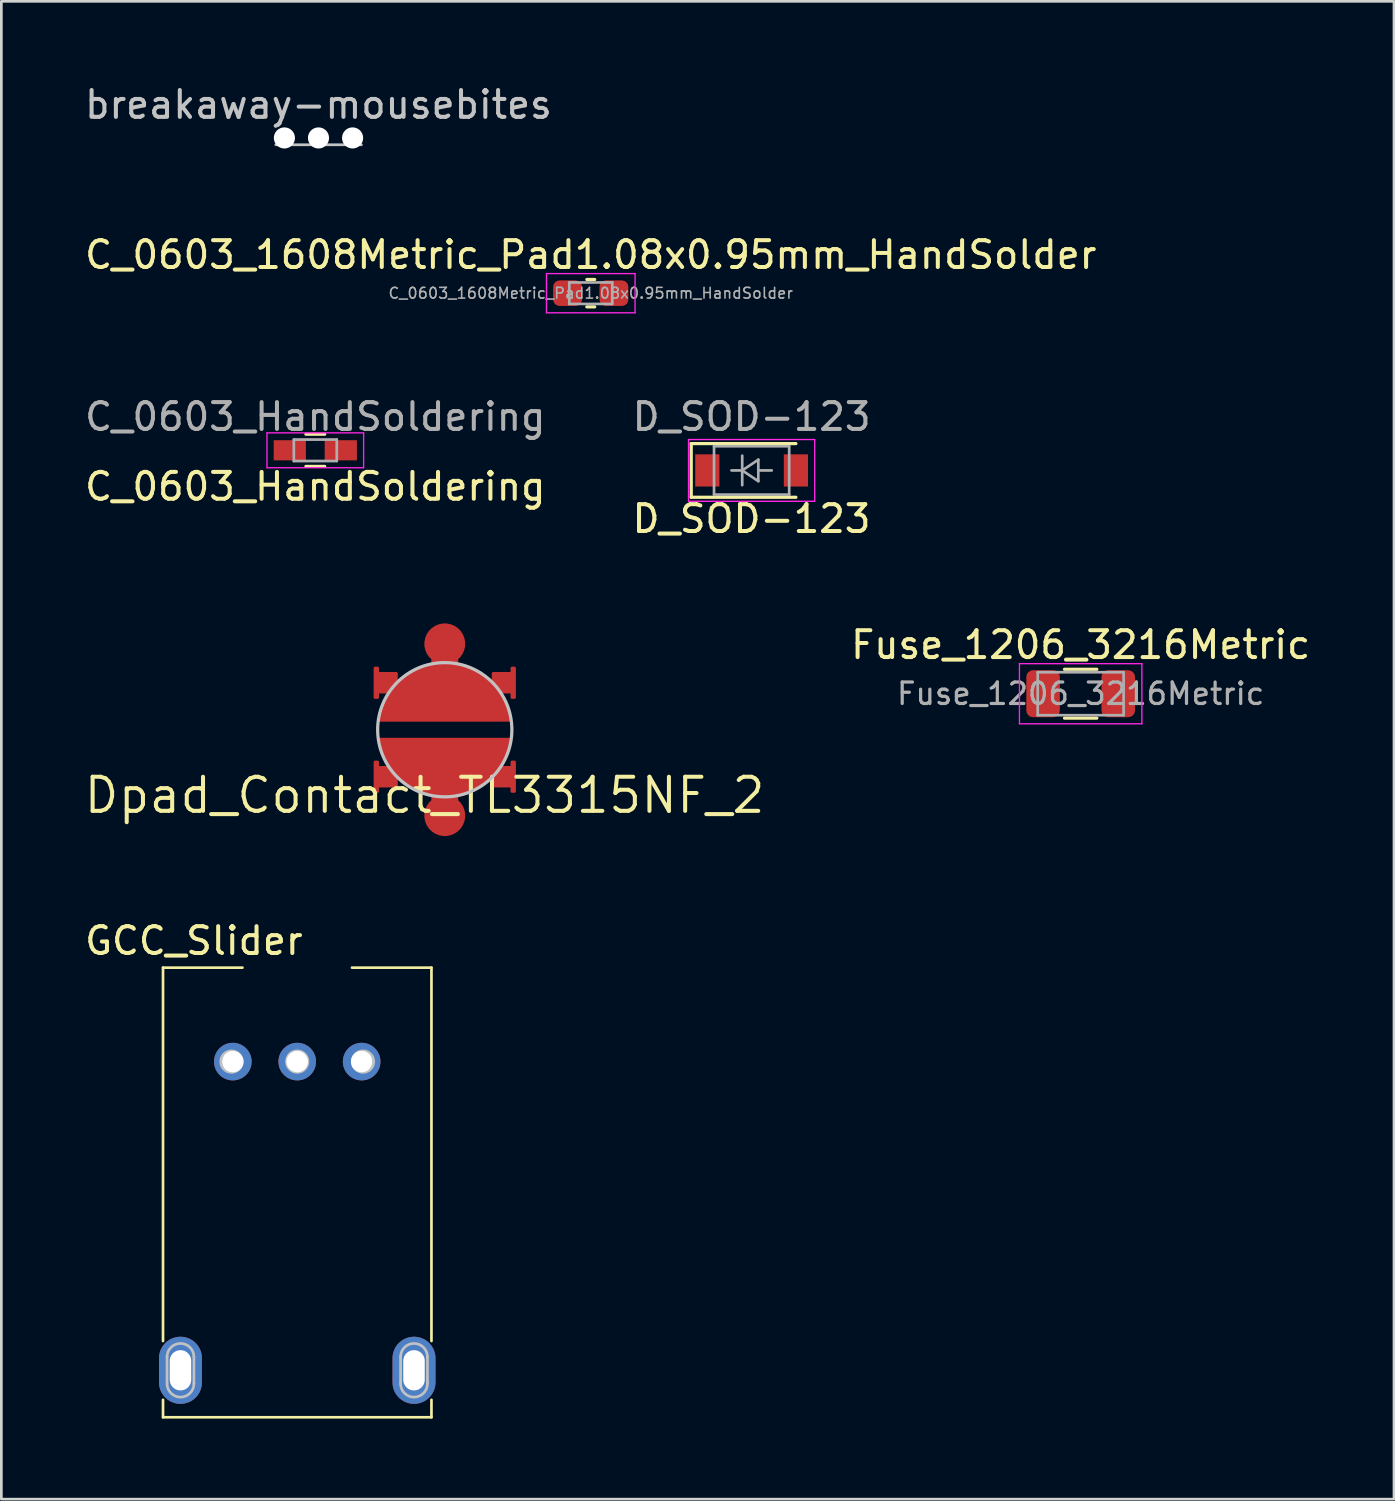
<source format=kicad_pcb>
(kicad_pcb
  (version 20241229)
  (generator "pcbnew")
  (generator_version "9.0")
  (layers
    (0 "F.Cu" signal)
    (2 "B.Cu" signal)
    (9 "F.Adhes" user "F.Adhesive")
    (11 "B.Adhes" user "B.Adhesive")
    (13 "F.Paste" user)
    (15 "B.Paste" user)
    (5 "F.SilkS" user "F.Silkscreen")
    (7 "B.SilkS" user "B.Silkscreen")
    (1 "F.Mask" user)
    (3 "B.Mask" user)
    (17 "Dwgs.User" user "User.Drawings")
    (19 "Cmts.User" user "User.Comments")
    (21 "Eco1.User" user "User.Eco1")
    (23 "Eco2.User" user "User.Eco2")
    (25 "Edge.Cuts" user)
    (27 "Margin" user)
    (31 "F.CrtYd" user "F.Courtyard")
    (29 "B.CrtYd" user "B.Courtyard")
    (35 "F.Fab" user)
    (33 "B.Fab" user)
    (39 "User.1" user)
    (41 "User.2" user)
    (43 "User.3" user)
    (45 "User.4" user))
  (footprint "Dpad_Contact_TL3315NF_2"
    (layer "F.Cu")
    (at 13.519 24.135)
    (property "Reference" "Dpad_Contact_TL3315NF_2" (at -0.751 2.442 0) (layer "F.SilkS") (effects (font (size 1.27 1.27) (thickness 0.15))))
    (attr through_hole)
    (fp_circle (center 0 -3.2) (end 0.75 -3.18) (stroke (width 0.12) (type solid)) (fill yes) (layer "F.Mask"))
    (fp_circle (center 0 0) (end 2.53 -0.05) (stroke (width 0.12) (type solid)) (fill yes) (layer "F.Mask"))
    (fp_circle (center 0 3.2) (end 0.75 3.12) (stroke (width 0.12) (type solid)) (fill yes) (layer "F.Mask"))
    (fp_circle (center 0 0) (end 0 -2.5) (stroke (width 0.12) (type solid)) (fill no) (layer "Dwgs.User"))
    (pad "1" smd custom (at 0 3.2) (size 1.524 1.524) (layers "F.Cu" "F.Mask" "F.Paste") (options (anchor circle)) (primitives (gr_line (start 0 0) (end 0 -1.5) (width 1)) (gr_poly (pts (arc (start 2.4 -2.8) (mid 0.000001 -0.753827) (end -2.4 -2.8))) (width 0.2) (fill yes)) (gr_poly (pts (xy 2.6 -0.9) (xy 2.5 -0.9) (xy 2.5 -1.1) (xy 1.8 -1.1) (xy 1.8 -1.8) (xy 2.5 -1.8) (xy 2.5 -2) (xy 2.6 -2)) (width 0.1) (fill yes)) (gr_poly (pts (xy -2.6 -2) (xy -2.5 -2) (xy -2.5 -1.8) (xy -1.8 -1.8) (xy -1.8 -1.1) (xy -2.5 -1.1) (xy -2.5 -0.9) (xy -2.6 -0.9)) (width 0.1) (fill yes))))
    (pad "2" smd custom (at 0 -3.2) (size 1.524 1.524) (layers "F.Cu" "F.Mask" "F.Paste") (options (anchor circle)) (primitives (gr_line (start 0 0) (end 0 1.5) (width 1)) (gr_poly (pts (arc (start 2.4 2.8) (mid -0.000001 0.753827) (end -2.4 2.8))) (width 0.2) (fill yes)) (gr_poly (pts (xy -2.6 0.9) (xy -2.5 0.9) (xy -2.5 1.1) (xy -1.8 1.1) (xy -1.8 1.8) (xy -2.5 1.8) (xy -2.5 2) (xy -2.6 2)) (width 0.1) (fill yes)) (gr_poly (pts (xy 2.6 2) (xy 2.5 2) (xy 2.5 1.8) (xy 1.8 1.8) (xy 1.8 1.1) (xy 2.5 1.1) (xy 2.5 0.9) (xy 2.6 0.9)) (width 0.1) (fill yes)))))
  (footprint "C_0603_HandSoldering"
    (layer "F.Cu")
    (at 8.696 13.725)
    (property "Reference" "C_0603_HandSoldering" (at 0 1.35 180) (layer "F.SilkS") (effects (font (size 1 1) (thickness 0.15))))
    (attr smd)
    (fp_line (start -0.35 -0.6) (end 0.35 -0.6) (stroke (width 0.12) (type solid)) (layer "F.SilkS"))
    (fp_line (start 0.35 0.6) (end -0.35 0.6) (stroke (width 0.12) (type solid)) (layer "F.SilkS"))
    (fp_line (start -1.8 -0.65) (end -1.8 0.65) (stroke (width 0.05) (type solid)) (layer "F.CrtYd"))
    (fp_line (start -1.8 -0.65) (end 1.8 -0.65) (stroke (width 0.05) (type solid)) (layer "F.CrtYd"))
    (fp_line (start 1.8 0.65) (end -1.8 0.65) (stroke (width 0.05) (type solid)) (layer "F.CrtYd"))
    (fp_line (start 1.8 0.65) (end 1.8 -0.65) (stroke (width 0.05) (type solid)) (layer "F.CrtYd"))
    (fp_line (start -0.8 -0.4) (end 0.8 -0.4) (stroke (width 0.1) (type solid)) (layer "F.Fab"))
    (fp_line (start -0.8 0.4) (end -0.8 -0.4) (stroke (width 0.1) (type solid)) (layer "F.Fab"))
    (fp_line (start 0.8 -0.4) (end 0.8 0.4) (stroke (width 0.1) (type solid)) (layer "F.Fab"))
    (fp_line (start 0.8 0.4) (end -0.8 0.4) (stroke (width 0.1) (type solid)) (layer "F.Fab"))
    (fp_text user "${REFERENCE}" (at 0 -1.25 180) (layer "F.Fab") (effects (font (size 1 1) (thickness 0.15))))
    (pad "1" smd rect (at -0.95 0) (size 1.2 0.75) (layers "F.Cu" "F.Mask" "F.Paste"))
    (pad "2" smd rect (at 0.95 0) (size 1.2 0.75) (layers "F.Cu" "F.Mask" "F.Paste")))
  (footprint "Fuse_1206_3216Metric"
    (layer "F.Cu")
    (at 37.208 22.793)
    (property "Reference" "Fuse_1206_3216Metric" (at 0 -1.82 0) (layer "F.SilkS") (effects (font (size 1 1) (thickness 0.15))))
    (attr smd)
    (fp_line (start -0.602 -0.91) (end 0.602 -0.91) (stroke (width 0.12) (type solid)) (layer "F.SilkS"))
    (fp_line (start -0.602 0.91) (end 0.602 0.91) (stroke (width 0.12) (type solid)) (layer "F.SilkS"))
    (fp_line (start -2.28 -1.12) (end 2.28 -1.12) (stroke (width 0.05) (type solid)) (layer "F.CrtYd"))
    (fp_line (start -2.28 1.12) (end -2.28 -1.12) (stroke (width 0.05) (type solid)) (layer "F.CrtYd"))
    (fp_line (start 2.28 -1.12) (end 2.28 1.12) (stroke (width 0.05) (type solid)) (layer "F.CrtYd"))
    (fp_line (start 2.28 1.12) (end -2.28 1.12) (stroke (width 0.05) (type solid)) (layer "F.CrtYd"))
    (fp_line (start -1.6 -0.8) (end 1.6 -0.8) (stroke (width 0.1) (type solid)) (layer "F.Fab"))
    (fp_line (start -1.6 0.8) (end -1.6 -0.8) (stroke (width 0.1) (type solid)) (layer "F.Fab"))
    (fp_line (start 1.6 -0.8) (end 1.6 0.8) (stroke (width 0.1) (type solid)) (layer "F.Fab"))
    (fp_line (start 1.6 0.8) (end -1.6 0.8) (stroke (width 0.1) (type solid)) (layer "F.Fab"))
    (fp_text user "${REFERENCE}" (at 0 0 0) (layer "F.Fab") (effects (font (size 0.8 0.8) (thickness 0.12))))
    (pad "1" smd roundrect (at -1.4 0) (size 1.25 1.75) (layers "F.Cu" "F.Mask" "F.Paste") (roundrect_rratio 0.2))
    (pad "2" smd roundrect (at 1.4 0) (size 1.25 1.75) (layers "F.Cu" "F.Mask" "F.Paste") (roundrect_rratio 0.2)))
  (footprint "GCC_Slider"
    (layer "F.Cu")
    (at 8.023 36.498)
    (property "Reference" "GCC_Slider" (at -3.85 -4.5 180) (layer "F.SilkS") (effects (font (size 1 1) (thickness 0.15))))
    (attr through_hole)
    (fp_line (start -5 -3.5) (end -5 10.41) (stroke (width 0.1) (type solid)) (layer "F.SilkS"))
    (fp_line (start -5 -3.5) (end -2.04 -3.5) (stroke (width 0.1) (type solid)) (layer "F.SilkS"))
    (fp_line (start -5 13.25) (end -5 12.6) (stroke (width 0.1) (type solid)) (layer "F.SilkS"))
    (fp_line (start -5 13.25) (end 5 13.25) (stroke (width 0.1) (type solid)) (layer "F.SilkS"))
    (fp_line (start 2.04 -3.5) (end 5 -3.5) (stroke (width 0.1) (type solid)) (layer "F.SilkS"))
    (fp_line (start 5 -3.5) (end 5 10.41) (stroke (width 0.1) (type solid)) (layer "F.SilkS"))
    (fp_line (start 5 13.25) (end 5 12.6) (stroke (width 0.1) (type solid)) (layer "F.SilkS"))
    (fp_line (start -4.85 12) (end -4.85 11) (stroke (width 0.1) (type solid)) (layer "Dwgs.User"))
    (fp_line (start -4.35 12) (end -4.35 11) (stroke (width 0.1) (type solid)) (layer "Dwgs.User"))
    (fp_line (start -3.85 12) (end -3.85 11) (stroke (width 0.1) (type solid)) (layer "Dwgs.User"))
    (fp_line (start 3.85 12) (end 3.85 11) (stroke (width 0.1) (type solid)) (layer "Dwgs.User"))
    (fp_line (start 4.35 12) (end 4.35 11) (stroke (width 0.1) (type solid)) (layer "Dwgs.User"))
    (fp_line (start 4.85 12) (end 4.85 11) (stroke (width 0.1) (type solid)) (layer "Dwgs.User"))
    (fp_arc (start -4.85 11) (mid -4.35 10.5) (end -3.85 11) (stroke (width 0.1) (type solid)) (layer "Dwgs.User"))
    (fp_arc (start -3.85 12) (mid -4.35 12.5) (end -4.85 12) (stroke (width 0.1) (type solid)) (layer "Dwgs.User"))
    (fp_arc (start 3.85 11) (mid 4.35 10.5) (end 4.85 11) (stroke (width 0.1) (type solid)) (layer "Dwgs.User"))
    (fp_arc (start 4.85 12) (mid 4.35 12.5) (end 3.85 12) (stroke (width 0.1) (type solid)) (layer "Dwgs.User"))
    (fp_circle (center -2.45 0) (end -2.05 0) (stroke (width 0.1) (type solid)) (fill no) (layer "Dwgs.User"))
    (fp_circle (center 0 0) (end 0.4 0) (stroke (width 0.1) (type solid)) (fill no) (layer "Dwgs.User"))
    (fp_circle (center 2.45 0) (end 2.85 0) (stroke (width 0.1) (type solid)) (fill no) (layer "Dwgs.User"))
    (pad "" thru_hole oval (at -4.35 11.5) (size 1.6 2.5) (drill oval 0.8 1.5) (layers "*.Cu" "*.Mask"))
    (pad "" thru_hole oval (at 4.35 11.5) (size 1.6 2.5) (drill oval 0.8 1.5) (layers "*.Cu" "*.Mask"))
    (pad "1" thru_hole circle (at -2.4 0) (size 1.4 1.4) (drill 0.8) (layers "*.Cu" "*.Mask"))
    (pad "2" thru_hole circle (at 0 0) (size 1.4 1.4) (drill 0.8) (layers "*.Cu" "*.Mask"))
    (pad "3" thru_hole circle (at 2.4 0) (size 1.4 1.4) (drill 0.8) (layers "*.Cu" "*.Mask")))
  (footprint "D_SOD-123"
    (layer "F.Cu")
    (at 24.95 14.475)
    (property "Reference" "D_SOD-123" (at -0.004 1.802 180) (layer "F.SilkS") (effects (font (size 1 1) (thickness 0.15))))
    (attr smd)
    (fp_line (start -2.25 -1) (end -2.25 1) (stroke (width 0.12) (type solid)) (layer "F.SilkS"))
    (fp_line (start -2.25 -1) (end 1.65 -1) (stroke (width 0.12) (type solid)) (layer "F.SilkS"))
    (fp_line (start -2.25 1) (end 1.65 1) (stroke (width 0.12) (type solid)) (layer "F.SilkS"))
    (fp_line (start -2.35 -1.15) (end -2.35 1.15) (stroke (width 0.05) (type solid)) (layer "F.CrtYd"))
    (fp_line (start -2.35 -1.15) (end 2.35 -1.15) (stroke (width 0.05) (type solid)) (layer "F.CrtYd"))
    (fp_line (start 2.35 -1.15) (end 2.35 1.15) (stroke (width 0.05) (type solid)) (layer "F.CrtYd"))
    (fp_line (start 2.35 1.15) (end -2.35 1.15) (stroke (width 0.05) (type solid)) (layer "F.CrtYd"))
    (fp_line (start -1.4 -0.9) (end 1.4 -0.9) (stroke (width 0.1) (type solid)) (layer "F.Fab"))
    (fp_line (start -1.4 0.9) (end -1.4 -0.9) (stroke (width 0.1) (type solid)) (layer "F.Fab"))
    (fp_line (start -0.75 0) (end -0.35 0) (stroke (width 0.1) (type solid)) (layer "F.Fab"))
    (fp_line (start -0.35 0) (end -0.35 -0.55) (stroke (width 0.1) (type solid)) (layer "F.Fab"))
    (fp_line (start -0.35 0) (end -0.35 0.55) (stroke (width 0.1) (type solid)) (layer "F.Fab"))
    (fp_line (start -0.35 0) (end 0.25 -0.4) (stroke (width 0.1) (type solid)) (layer "F.Fab"))
    (fp_line (start 0.25 -0.4) (end 0.25 0.4) (stroke (width 0.1) (type solid)) (layer "F.Fab"))
    (fp_line (start 0.25 0) (end 0.75 0) (stroke (width 0.1) (type solid)) (layer "F.Fab"))
    (fp_line (start 0.25 0.4) (end -0.35 0) (stroke (width 0.1) (type solid)) (layer "F.Fab"))
    (fp_line (start 1.4 -0.9) (end 1.4 0.9) (stroke (width 0.1) (type solid)) (layer "F.Fab"))
    (fp_line (start 1.4 0.9) (end -1.4 0.9) (stroke (width 0.1) (type solid)) (layer "F.Fab"))
    (fp_text user "${REFERENCE}" (at 0 -2 180) (layer "F.Fab") (effects (font (size 1 1) (thickness 0.15))))
    (pad "1" smd rect (at -1.65 0) (size 0.9 1.2) (layers "F.Cu" "F.Mask" "F.Paste"))
    (pad "2" smd rect (at 1.65 0) (size 0.9 1.2) (layers "F.Cu" "F.Mask" "F.Paste")))
  (footprint "C_0603_1608Metric_Pad1.08x0.95mm_HandSolder"
    (layer "F.Cu")
    (at 18.958 7.872)
    (property "Reference" "C_0603_1608Metric_Pad1.08x0.95mm_HandSolder" (at 0 -1.43 180) (layer "F.SilkS") (effects (font (size 1 1) (thickness 0.15))))
    (attr smd)
    (fp_line (start -0.146 -0.51) (end 0.146 -0.51) (stroke (width 0.12) (type solid)) (layer "F.SilkS"))
    (fp_line (start -0.146 0.51) (end 0.146 0.51) (stroke (width 0.12) (type solid)) (layer "F.SilkS"))
    (fp_line (start -1.65 -0.73) (end 1.65 -0.73) (stroke (width 0.05) (type solid)) (layer "F.CrtYd"))
    (fp_line (start -1.65 0.73) (end -1.65 -0.73) (stroke (width 0.05) (type solid)) (layer "F.CrtYd"))
    (fp_line (start 1.65 -0.73) (end 1.65 0.73) (stroke (width 0.05) (type solid)) (layer "F.CrtYd"))
    (fp_line (start 1.65 0.73) (end -1.65 0.73) (stroke (width 0.05) (type solid)) (layer "F.CrtYd"))
    (fp_line (start -0.8 -0.4) (end 0.8 -0.4) (stroke (width 0.1) (type solid)) (layer "F.Fab"))
    (fp_line (start -0.8 0.4) (end -0.8 -0.4) (stroke (width 0.1) (type solid)) (layer "F.Fab"))
    (fp_line (start 0.8 -0.4) (end 0.8 0.4) (stroke (width 0.1) (type solid)) (layer "F.Fab"))
    (fp_line (start 0.8 0.4) (end -0.8 0.4) (stroke (width 0.1) (type solid)) (layer "F.Fab"))
    (fp_text user "${REFERENCE}" (at 0 0 180) (layer "F.Fab") (effects (font (size 0.4 0.4) (thickness 0.06))))
    (pad "1" smd roundrect (at -0.863 0) (size 1.075 0.95) (layers "F.Cu" "F.Mask" "F.Paste") (roundrect_rratio 0.25))
    (pad "2" smd roundrect (at 0.863 0) (size 1.075 0.95) (layers "F.Cu" "F.Mask" "F.Paste") (roundrect_rratio 0.25)))
  (footprint "breakaway-mousebites"
    (layer "F.Cu")
    (at 8.815 2.343)
    (property "Reference" "breakaway-mousebites" (at -0.000003 -1.495 180) (layer "Dwgs.User") (effects (font (size 1 1) (thickness 0.15))))
    (attr exclude_from_pos_files)
    (fp_line (start -1.59 0) (end 1.6 0) (stroke (width 0.1) (type solid)) (layer "Dwgs.User"))
    (pad "" np_thru_hole circle (at -1.27 -0.254) (size 0.787 0.787) (drill 0.787) (layers "*.Cu" "*.Mask"))
    (pad "" np_thru_hole circle (at 0 -0.254) (size 0.787 0.787) (drill 0.787) (layers "*.Cu" "*.Mask"))
    (pad "" np_thru_hole circle (at 1.27 -0.254) (size 0.787 0.787) (drill 0.787) (layers "*.Cu" "*.Mask")))
  (gr_rect
    (start -3 -3)
    (end 48.881 52.798)
    (stroke (width 0.1) (type default))
    (fill no)
    (layer "Edge.Cuts")))
</source>
